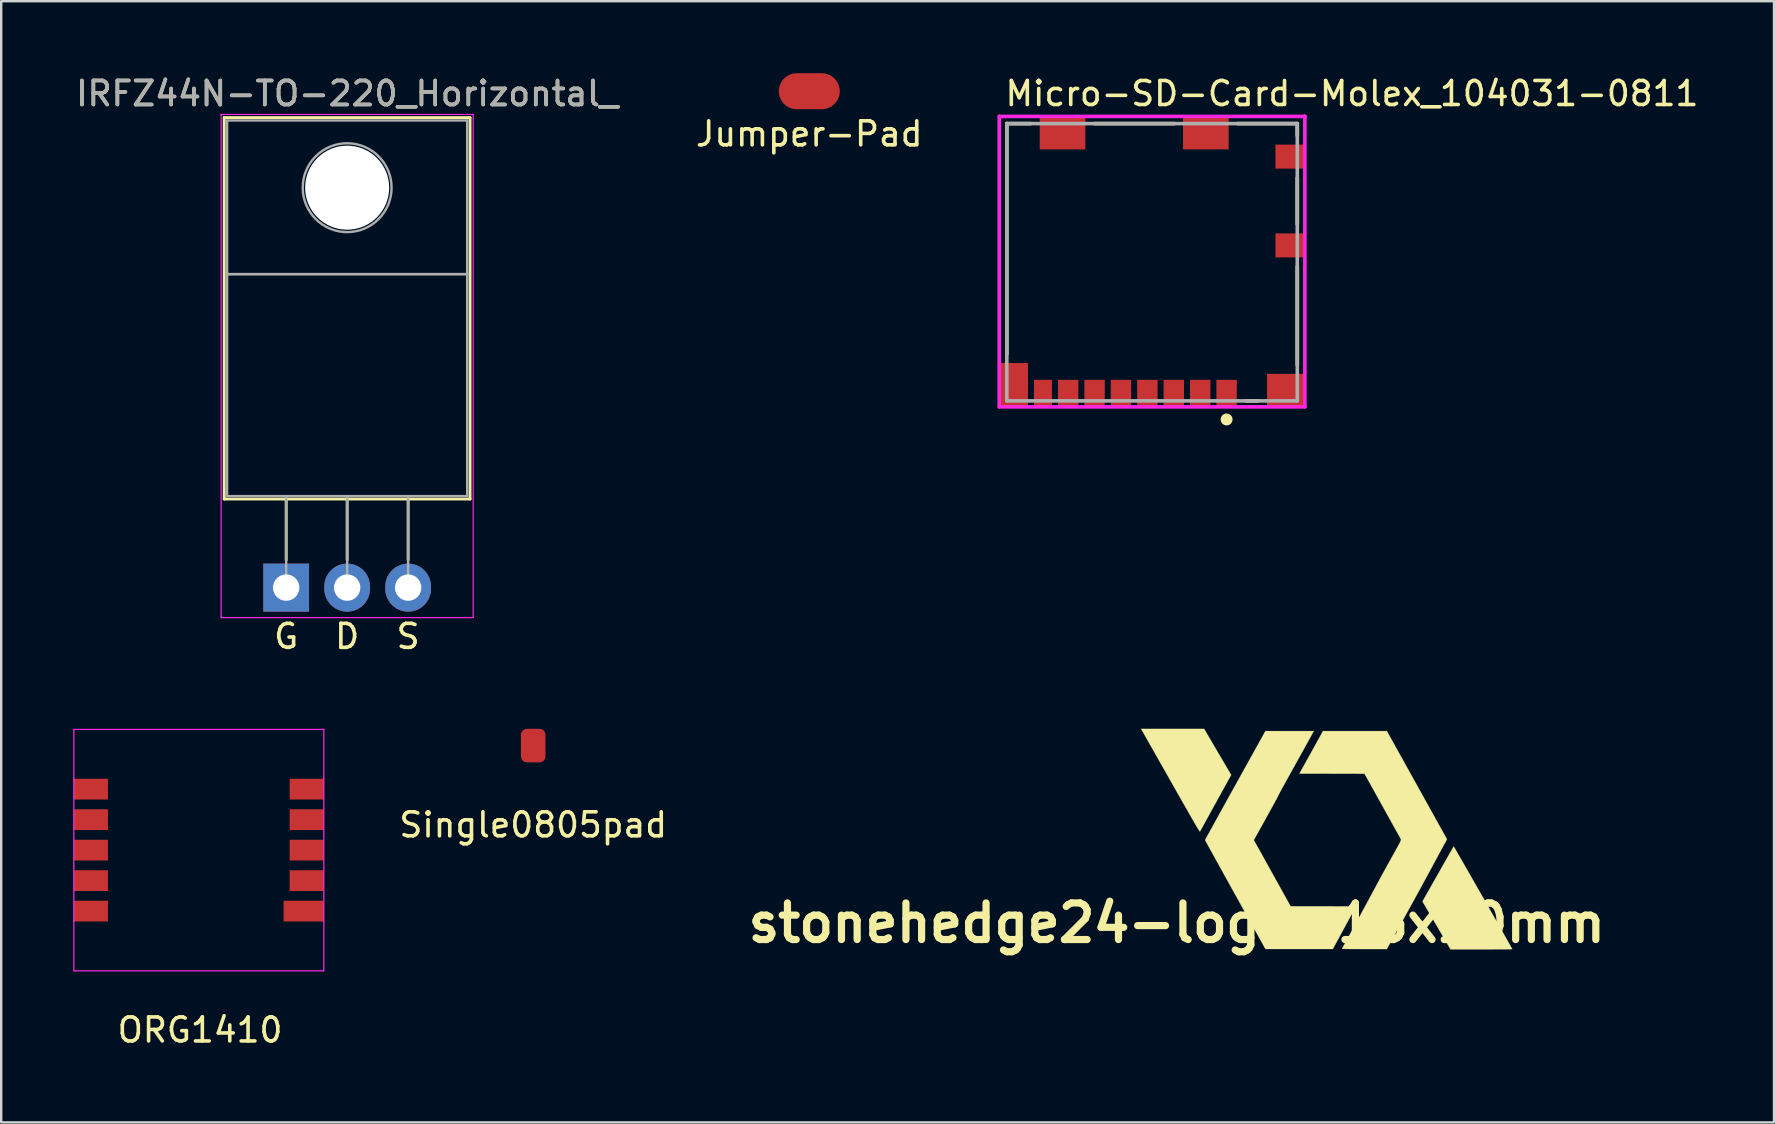
<source format=kicad_pcb>
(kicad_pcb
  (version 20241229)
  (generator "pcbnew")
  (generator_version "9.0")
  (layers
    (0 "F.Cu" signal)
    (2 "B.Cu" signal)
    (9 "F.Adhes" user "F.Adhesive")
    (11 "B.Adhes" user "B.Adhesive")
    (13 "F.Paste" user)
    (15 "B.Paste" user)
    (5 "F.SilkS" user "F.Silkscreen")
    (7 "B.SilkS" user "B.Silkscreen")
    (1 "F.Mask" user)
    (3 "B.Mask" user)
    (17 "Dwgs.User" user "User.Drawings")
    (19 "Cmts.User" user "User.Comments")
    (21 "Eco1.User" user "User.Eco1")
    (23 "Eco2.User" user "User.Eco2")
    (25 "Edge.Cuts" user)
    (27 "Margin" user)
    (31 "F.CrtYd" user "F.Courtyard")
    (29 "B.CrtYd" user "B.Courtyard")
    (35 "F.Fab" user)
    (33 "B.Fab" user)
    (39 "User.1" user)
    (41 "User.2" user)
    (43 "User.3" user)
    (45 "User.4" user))
  (footprint "ORG1410"
    (layer "F.Cu")
    (at 6.375 37.875)
    (property "Reference" "ORG1410" (at -1.092 1.981 0) (layer "F.SilkS") (effects (font (size 1 1) (thickness 0.15))))
    (attr smd)
    (fp_line (start -6.35 -8.484) (end -6.35 -10.541) (stroke (width 0.051) (type solid)) (layer "F.CrtYd"))
    (fp_line (start -6.35 -2.54) (end -6.35 -8.484) (stroke (width 0.051) (type solid)) (layer "F.CrtYd"))
    (fp_line (start -6.35 -0.483) (end -6.35 -2.54) (stroke (width 0.051) (type solid)) (layer "F.CrtYd"))
    (fp_line (start -6.35 -0.483) (end 4.064 -0.483) (stroke (width 0.051) (type solid)) (layer "F.CrtYd"))
    (fp_line (start 4.064 -10.541) (end -6.35 -10.541) (stroke (width 0.051) (type solid)) (layer "F.CrtYd"))
    (fp_line (start 4.064 -8.484) (end 4.064 -10.541) (stroke (width 0.051) (type solid)) (layer "F.CrtYd"))
    (fp_line (start 4.064 -2.54) (end 4.064 -8.484) (stroke (width 0.051) (type solid)) (layer "F.CrtYd"))
    (fp_line (start 4.064 -0.483) (end 4.064 -2.54) (stroke (width 0.051) (type solid)) (layer "F.CrtYd"))
    (pad "1" smd rect (at 3.226 -2.972) (size 1.676 0.864) (layers "F.Cu" "F.Mask" "F.Paste"))
    (pad "2" smd rect (at 3.353 -4.242) (size 1.422 0.864) (layers "F.Cu" "F.Mask" "F.Paste"))
    (pad "3" smd rect (at 3.353 -5.512) (size 1.422 0.864) (layers "F.Cu" "F.Mask" "F.Paste"))
    (pad "4" smd rect (at 3.353 -6.782) (size 1.422 0.864) (layers "F.Cu" "F.Mask" "F.Paste"))
    (pad "5" smd rect (at 3.353 -8.052) (size 1.422 0.864) (layers "F.Cu" "F.Mask" "F.Paste"))
    (pad "6" smd rect (at -5.639 -8.052) (size 1.422 0.864) (layers "F.Cu" "F.Mask" "F.Paste"))
    (pad "7" smd rect (at -5.639 -6.782) (size 1.422 0.864) (layers "F.Cu" "F.Mask" "F.Paste"))
    (pad "8" smd rect (at -5.639 -5.512) (size 1.422 0.864) (layers "F.Cu" "F.Mask" "F.Paste"))
    (pad "9" smd rect (at -5.639 -4.242) (size 1.422 0.864) (layers "F.Cu" "F.Mask" "F.Paste"))
    (pad "10" smd rect (at -5.639 -2.972) (size 1.422 0.864) (layers "F.Cu" "F.Mask" "F.Paste")))
  (footprint "IRFZ44N-TO-220_Horizontal_"
    (layer "F.Cu")
    (at 8.871 21.428)
    (property "Reference" "IRFZ44N-TO-220_Horizontal_" (at 2.54 -20.58 0) (layer "F.SilkS") (effects (font (size 1 1) (thickness 0.15))))
    (attr through_hole)
    (fp_line (start -2.58 -19.58) (end -2.58 -3.69) (stroke (width 0.12) (type solid)) (layer "F.SilkS"))
    (fp_line (start -2.58 -19.58) (end 7.66 -19.58) (stroke (width 0.12) (type solid)) (layer "F.SilkS"))
    (fp_line (start -2.58 -3.69) (end 7.66 -3.69) (stroke (width 0.12) (type solid)) (layer "F.SilkS"))
    (fp_line (start 0 -3.69) (end 0 -1.15) (stroke (width 0.12) (type solid)) (layer "F.SilkS"))
    (fp_line (start 2.54 -3.69) (end 2.54 -1.15) (stroke (width 0.12) (type solid)) (layer "F.SilkS"))
    (fp_line (start 5.08 -3.69) (end 5.08 -1.15) (stroke (width 0.12) (type solid)) (layer "F.SilkS"))
    (fp_line (start 7.66 -19.58) (end 7.66 -3.69) (stroke (width 0.12) (type solid)) (layer "F.SilkS"))
    (fp_line (start -2.71 -19.71) (end -2.71 1.25) (stroke (width 0.05) (type solid)) (layer "F.CrtYd"))
    (fp_line (start -2.71 1.25) (end 7.79 1.25) (stroke (width 0.05) (type solid)) (layer "F.CrtYd"))
    (fp_line (start 7.79 -19.71) (end -2.71 -19.71) (stroke (width 0.05) (type solid)) (layer "F.CrtYd"))
    (fp_line (start 7.79 1.25) (end 7.79 -19.71) (stroke (width 0.05) (type solid)) (layer "F.CrtYd"))
    (fp_line (start -2.46 -19.46) (end 7.54 -19.46) (stroke (width 0.1) (type solid)) (layer "F.Fab"))
    (fp_line (start -2.46 -13.06) (end -2.46 -19.46) (stroke (width 0.1) (type solid)) (layer "F.Fab"))
    (fp_line (start -2.46 -13.06) (end 7.54 -13.06) (stroke (width 0.1) (type solid)) (layer "F.Fab"))
    (fp_line (start -2.46 -3.81) (end -2.46 -13.06) (stroke (width 0.1) (type solid)) (layer "F.Fab"))
    (fp_line (start 0 -3.81) (end 0 0) (stroke (width 0.1) (type solid)) (layer "F.Fab"))
    (fp_line (start 2.54 -3.81) (end 2.54 0) (stroke (width 0.1) (type solid)) (layer "F.Fab"))
    (fp_line (start 5.08 -3.81) (end 5.08 0) (stroke (width 0.1) (type solid)) (layer "F.Fab"))
    (fp_line (start 7.54 -19.46) (end 7.54 -13.06) (stroke (width 0.1) (type solid)) (layer "F.Fab"))
    (fp_line (start 7.54 -13.06) (end -2.46 -13.06) (stroke (width 0.1) (type solid)) (layer "F.Fab"))
    (fp_line (start 7.54 -13.06) (end 7.54 -3.81) (stroke (width 0.1) (type solid)) (layer "F.Fab"))
    (fp_line (start 7.54 -3.81) (end -2.46 -3.81) (stroke (width 0.1) (type solid)) (layer "F.Fab"))
    (fp_circle (center 2.54 -16.66) (end 4.39 -16.66) (stroke (width 0.1) (type solid)) (fill no) (layer "F.Fab"))
    (fp_text user "D" (at 2.54 2.032 0) (layer "F.SilkS") (effects (font (size 1 1) (thickness 0.15))))
    (fp_text user "G" (at 0 2.032 0) (layer "F.SilkS") (effects (font (size 1 1) (thickness 0.15))))
    (fp_text user "S" (at 5.08 2.032 0) (layer "F.SilkS") (effects (font (size 1 1) (thickness 0.15))))
    (fp_text user "${REFERENCE}" (at 2.54 -20.58 0) (layer "F.Fab") (effects (font (size 1 1) (thickness 0.15))))
    (pad "" np_thru_hole oval (at 2.54 -16.66) (size 3.5 3.5) (drill 3.5) (layers "*.Cu" "*.Mask"))
    (pad "1" thru_hole rect (at 0 0) (size 1.905 2) (drill 1.1) (layers "*.Cu" "*.Mask"))
    (pad "2" thru_hole oval (at 2.54 0) (size 1.905 2) (drill 1.1) (layers "*.Cu" "*.Mask"))
    (pad "3" thru_hole oval (at 5.08 0) (size 1.905 2) (drill 1.1) (layers "*.Cu" "*.Mask")))
  (footprint "Micro-SD-Card-Molex_104031-0811"
    (layer "F.Cu")
    (at 44.94 7.873)
    (property "Reference" "Micro-SD-Card-Molex_104031-0811" (at -6.2 -7.025 0) (layer "F.SilkS") (effects (font (size 1 1) (thickness 0.15)) (justify left)))
    (attr through_hole)
    (fp_line (start -6.05 -5.775) (end -5.055 -5.775) (stroke (width 0.15) (type solid)) (layer "F.SilkS"))
    (fp_line (start -6.05 3.825) (end -6.05 -5.775) (stroke (width 0.15) (type solid)) (layer "F.SilkS"))
    (fp_line (start -2.405 -5.775) (end 0.915 -5.775) (stroke (width 0.15) (type solid)) (layer "F.SilkS"))
    (fp_line (start 3.565 -5.775) (end 6.05 -5.775) (stroke (width 0.15) (type solid)) (layer "F.SilkS"))
    (fp_line (start 3.905 5.775) (end 4.415 5.775) (stroke (width 0.15) (type solid)) (layer "F.SilkS"))
    (fp_line (start 6.05 -5.275) (end 6.05 -5.775) (stroke (width 0.15) (type solid)) (layer "F.SilkS"))
    (fp_line (start 6.05 -1.575) (end 6.05 -3.525) (stroke (width 0.15) (type solid)) (layer "F.SilkS"))
    (fp_line (start 6.05 4.275) (end 6.05 0.175) (stroke (width 0.15) (type solid)) (layer "F.SilkS"))
    (fp_circle (center 3.105 6.55) (end 3.23 6.55) (stroke (width 0.25) (type solid)) (fill no) (layer "F.SilkS"))
    (fp_line (start -6.365 -6.075) (end -6.365 6.025) (stroke (width 0.15) (type solid)) (layer "F.CrtYd"))
    (fp_line (start -6.365 6.025) (end 6.365 6.025) (stroke (width 0.15) (type solid)) (layer "F.CrtYd"))
    (fp_line (start 6.365 -6.075) (end -6.365 -6.075) (stroke (width 0.15) (type solid)) (layer "F.CrtYd"))
    (fp_line (start 6.365 -6.075) (end 6.365 -6.075) (stroke (width 0.15) (type solid)) (layer "F.CrtYd"))
    (fp_line (start 6.365 6.025) (end 6.365 -6.075) (stroke (width 0.15) (type solid)) (layer "F.CrtYd"))
    (fp_line (start -6.05 -5.775) (end 6.05 -5.775) (stroke (width 0.15) (type solid)) (layer "F.Fab"))
    (fp_line (start -6.05 5.775) (end -6.05 -5.775) (stroke (width 0.15) (type solid)) (layer "F.Fab"))
    (fp_line (start 6.05 -5.775) (end 6.05 5.775) (stroke (width 0.15) (type solid)) (layer "F.Fab"))
    (fp_line (start 6.05 5.775) (end -6.05 5.775) (stroke (width 0.15) (type solid)) (layer "F.Fab"))
    (pad "1" smd rect (at 5.74 -4.4) (size 1.2 1) (layers "F.Cu" "F.Mask" "F.Paste"))
    (pad "2" smd rect (at 5.74 -0.7) (size 1.2 1) (layers "F.Cu" "F.Mask" "F.Paste"))
    (pad "G1" smd rect (at 5.565 5.325) (size 1.55 1.35) (layers "F.Cu" "F.Mask" "F.Paste"))
    (pad "G2" smd rect (at -5.755 5.1) (size 1.17 1.8) (layers "F.Cu" "F.Mask" "F.Paste"))
    (pad "G3" smd rect (at -3.73 -5.375) (size 1.9 1.35) (layers "F.Cu" "F.Mask" "F.Paste"))
    (pad "G4" smd rect (at 2.24 -5.375) (size 1.9 1.35) (layers "F.Cu" "F.Mask" "F.Paste"))
    (pad "T1" smd rect (at 3.105 5.45) (size 0.85 1.1) (layers "F.Cu" "F.Mask" "F.Paste"))
    (pad "T2" smd rect (at 2.005 5.45) (size 0.85 1.1) (layers "F.Cu" "F.Mask" "F.Paste"))
    (pad "T3" smd rect (at 0.905 5.45) (size 0.85 1.1) (layers "F.Cu" "F.Mask" "F.Paste"))
    (pad "T4" smd rect (at -0.195 5.45) (size 0.85 1.1) (layers "F.Cu" "F.Mask" "F.Paste"))
    (pad "T5" smd rect (at -1.295 5.45) (size 0.85 1.1) (layers "F.Cu" "F.Mask" "F.Paste"))
    (pad "T6" smd rect (at -2.395 5.45) (size 0.85 1.1) (layers "F.Cu" "F.Mask" "F.Paste"))
    (pad "T7" smd rect (at -3.495 5.45) (size 0.85 1.1) (layers "F.Cu" "F.Mask" "F.Paste"))
    (pad "T8" smd rect (at -4.545 5.45) (size 0.75 1.1) (layers "F.Cu" "F.Mask" "F.Paste")))
  (footprint "stonehedge24-logo-16x10mm"
    (layer "F.Cu")
    (at 52.222 31.898)
    (property "Reference" "stonehedge24-logo-16x10mm" (at -6.25 3.5 0) (layer "F.SilkS") (effects (font (size 1.524 1.524) (thickness 0.3))))
    (attr through_hole)
    (fp_poly (pts (xy -5.112 -4.583) (xy -4.55 -3.625) (xy -3.987 -2.667) (xy -4.494 -1.75) (xy -4.575 -1.601) (xy -4.656 -1.454) (xy -4.736 -1.311) (xy -4.812 -1.173) (xy -4.883 -1.043) (xy -4.949 -0.923) (xy -5.008 -0.816) (xy -5.059 -0.723) (xy -5.1 -0.648) (xy -5.131 -0.592) (xy -5.136 -0.582) (xy -5.176 -0.509) (xy -5.213 -0.442) (xy -5.245 -0.386) (xy -5.269 -0.343) (xy -5.284 -0.317) (xy -5.287 -0.312) (xy -5.291 -0.312) (xy -5.297 -0.318) (xy -5.307 -0.331) (xy -5.321 -0.351) (xy -5.34 -0.38) (xy -5.364 -0.418) (xy -5.393 -0.467) (xy -5.429 -0.527) (xy -5.471 -0.598) (xy -5.52 -0.683) (xy -5.576 -0.781) (xy -5.641 -0.893) (xy -5.715 -1.021) (xy -5.797 -1.166) (xy -5.889 -1.327) (xy -5.991 -1.506) (xy -6.104 -1.704) (xy -6.228 -1.922) (xy -6.363 -2.161) (xy -6.486 -2.378) (xy -6.607 -2.592) (xy -6.725 -2.8) (xy -6.84 -3.002) (xy -6.95 -3.196) (xy -7.055 -3.382) (xy -7.155 -3.558) (xy -7.248 -3.722) (xy -7.335 -3.875) (xy -7.414 -4.014) (xy -7.485 -4.139) (xy -7.547 -4.249) (xy -7.599 -4.342) (xy -7.642 -4.417) (xy -7.674 -4.473) (xy -7.694 -4.51) (xy -7.703 -4.524) (xy -7.736 -4.585) (xy -5.112 -4.583)) (stroke (width 0.01) (type solid)) (fill yes) (layer "F.SilkS"))
    (fp_poly (pts (xy 5.289 0.324) (xy 5.308 0.355) (xy 5.338 0.405) (xy 5.378 0.474) (xy 5.427 0.56) (xy 5.486 0.661) (xy 5.552 0.776) (xy 5.626 0.905) (xy 5.706 1.045) (xy 5.793 1.196) (xy 5.884 1.356) (xy 5.981 1.524) (xy 6.08 1.698) (xy 6.183 1.878) (xy 6.288 2.061) (xy 6.394 2.247) (xy 6.501 2.435) (xy 6.608 2.623) (xy 6.715 2.81) (xy 6.819 2.994) (xy 6.922 3.174) (xy 7.022 3.349) (xy 7.118 3.518) (xy 7.209 3.679) (xy 7.296 3.832) (xy 7.376 3.974) (xy 7.45 4.104) (xy 7.517 4.222) (xy 7.575 4.326) (xy 7.625 4.414) (xy 7.665 4.485) (xy 7.694 4.539) (xy 7.713 4.573) (xy 7.719 4.586) (xy 7.708 4.588) (xy 7.672 4.589) (xy 7.613 4.591) (xy 7.533 4.592) (xy 7.432 4.594) (xy 7.313 4.595) (xy 7.175 4.596) (xy 7.022 4.596) (xy 6.853 4.597) (xy 6.67 4.597) (xy 6.475 4.597) (xy 6.436 4.597) (xy 5.148 4.597) (xy 5.134 4.567) (xy 5.126 4.553) (xy 5.107 4.52) (xy 5.077 4.468) (xy 5.037 4.4) (xy 4.989 4.318) (xy 4.934 4.224) (xy 4.873 4.119) (xy 4.807 4.006) (xy 4.737 3.887) (xy 4.665 3.763) (xy 4.59 3.637) (xy 4.516 3.51) (xy 4.442 3.384) (xy 4.37 3.261) (xy 4.301 3.144) (xy 4.236 3.034) (xy 4.177 2.932) (xy 4.124 2.842) (xy 4.078 2.764) (xy 4.041 2.702) (xy 4.013 2.656) (xy 3.997 2.629) (xy 3.996 2.626) (xy 3.991 2.606) (xy 3.999 2.577) (xy 4.013 2.55) (xy 4.036 2.51) (xy 4.068 2.451) (xy 4.11 2.377) (xy 4.16 2.289) (xy 4.217 2.188) (xy 4.28 2.077) (xy 4.348 1.957) (xy 4.42 1.83) (xy 4.495 1.698) (xy 4.572 1.563) (xy 4.649 1.426) (xy 4.727 1.289) (xy 4.803 1.154) (xy 4.878 1.023) (xy 4.949 0.898) (xy 5.016 0.78) (xy 5.078 0.672) (xy 5.133 0.574) (xy 5.182 0.49) (xy 5.222 0.419) (xy 5.252 0.366) (xy 5.273 0.33) (xy 5.282 0.314) (xy 5.283 0.314) (xy 5.289 0.324)) (stroke (width 0.01) (type solid)) (fill yes) (layer "F.SilkS"))
    (fp_poly (pts (xy 3.75 -2.242) (xy 5.003 0.012) (xy 4.773 0.435) (xy 4.708 0.555) (xy 4.635 0.689) (xy 4.559 0.831) (xy 4.481 0.974) (xy 4.408 1.11) (xy 4.341 1.234) (xy 4.321 1.27) (xy 4.201 1.493) (xy 4.081 1.714) (xy 3.961 1.936) (xy 3.838 2.161) (xy 3.711 2.393) (xy 3.579 2.633) (xy 3.441 2.884) (xy 3.294 3.149) (xy 3.138 3.431) (xy 2.971 3.731) (xy 2.947 3.775) (xy 2.497 4.585) (xy 1.558 4.585) (xy 1.376 4.585) (xy 1.217 4.584) (xy 1.081 4.584) (xy 0.966 4.583) (xy 0.871 4.582) (xy 0.794 4.581) (xy 0.733 4.58) (xy 0.689 4.578) (xy 0.658 4.576) (xy 0.639 4.573) (xy 0.632 4.571) (xy 0.632 4.569) (xy 0.64 4.555) (xy 0.66 4.52) (xy 0.69 4.466) (xy 0.729 4.395) (xy 0.777 4.308) (xy 0.833 4.206) (xy 0.895 4.091) (xy 0.964 3.965) (xy 1.037 3.83) (xy 1.115 3.686) (xy 1.197 3.536) (xy 1.281 3.381) (xy 1.367 3.223) (xy 1.453 3.063) (xy 1.54 2.903) (xy 1.626 2.745) (xy 1.71 2.59) (xy 1.791 2.439) (xy 1.869 2.294) (xy 1.943 2.158) (xy 2.011 2.031) (xy 2.073 1.915) (xy 2.129 1.811) (xy 2.177 1.722) (xy 2.216 1.649) (xy 2.228 1.626) (xy 2.237 1.609) (xy 2.257 1.573) (xy 2.287 1.518) (xy 2.327 1.446) (xy 2.375 1.36) (xy 2.429 1.261) (xy 2.49 1.151) (xy 2.556 1.032) (xy 2.626 0.906) (xy 2.673 0.821) (xy 2.756 0.671) (xy 2.828 0.542) (xy 2.889 0.432) (xy 2.94 0.339) (xy 2.982 0.262) (xy 3.015 0.2) (xy 3.041 0.149) (xy 3.061 0.11) (xy 3.075 0.08) (xy 3.083 0.058) (xy 3.088 0.041) (xy 3.089 0.03) (xy 3.088 0.021) (xy 3.085 0.013) (xy 3.085 0.013) (xy 3.076 -0.003) (xy 3.056 -0.039) (xy 3.026 -0.095) (xy 2.985 -0.168) (xy 2.935 -0.258) (xy 2.877 -0.364) (xy 2.81 -0.483) (xy 2.737 -0.615) (xy 2.658 -0.758) (xy 2.573 -0.91) (xy 2.484 -1.071) (xy 2.391 -1.238) (xy 2.318 -1.37) (xy 1.569 -2.718) (xy 0.213 -2.721) (xy -1.142 -2.724) (xy -0.16 -4.496) (xy 1.168 -4.496) (xy 2.497 -4.496) (xy 3.75 -2.242)) (stroke (width 0.01) (type solid)) (fill yes) (layer "F.SilkS"))
    (fp_poly (pts (xy -0.56 -4.467) (xy -0.569 -4.452) (xy -0.589 -4.416) (xy -0.619 -4.362) (xy -0.658 -4.29) (xy -0.707 -4.202) (xy -0.763 -4.1) (xy -0.826 -3.986) (xy -0.895 -3.862) (xy -0.969 -3.728) (xy -1.048 -3.587) (xy -1.121 -3.454) (xy -1.207 -3.299) (xy -1.293 -3.143) (xy -1.378 -2.99) (xy -1.461 -2.84) (xy -1.54 -2.698) (xy -1.614 -2.564) (xy -1.681 -2.442) (xy -1.741 -2.334) (xy -1.792 -2.242) (xy -1.833 -2.169) (xy -1.849 -2.139) (xy -1.896 -2.054) (xy -1.938 -1.976) (xy -1.975 -1.906) (xy -2.005 -1.849) (xy -2.026 -1.808) (xy -2.037 -1.784) (xy -2.038 -1.781) (xy -2.045 -1.766) (xy -2.063 -1.731) (xy -2.092 -1.676) (xy -2.13 -1.605) (xy -2.177 -1.518) (xy -2.232 -1.418) (xy -2.293 -1.306) (xy -2.361 -1.184) (xy -2.433 -1.053) (xy -2.509 -0.916) (xy -2.543 -0.854) (xy -3.043 0.046) (xy -1.509 2.807) (xy -0.15 2.807) (xy 0.033 2.807) (xy 0.209 2.807) (xy 0.376 2.808) (xy 0.532 2.808) (xy 0.677 2.809) (xy 0.807 2.81) (xy 0.921 2.811) (xy 1.019 2.812) (xy 1.098 2.813) (xy 1.156 2.814) (xy 1.192 2.816) (xy 1.204 2.817) (xy 1.204 2.817) (xy 1.198 2.83) (xy 1.18 2.863) (xy 1.152 2.915) (xy 1.115 2.984) (xy 1.069 3.069) (xy 1.016 3.167) (xy 0.956 3.278) (xy 0.89 3.399) (xy 0.82 3.528) (xy 0.746 3.665) (xy 0.724 3.706) (xy 0.248 4.584) (xy -2.559 4.584) (xy -3.815 2.322) (xy -3.939 2.099) (xy -4.059 1.883) (xy -4.175 1.673) (xy -4.287 1.471) (xy -4.394 1.278) (xy -4.495 1.095) (xy -4.59 0.923) (xy -4.678 0.763) (xy -4.759 0.617) (xy -4.832 0.485) (xy -4.896 0.368) (xy -4.952 0.267) (xy -4.997 0.184) (xy -5.032 0.119) (xy -5.057 0.074) (xy -5.07 0.049) (xy -5.072 0.044) (xy -5.065 0.032) (xy -5.048 -0.002) (xy -5.019 -0.055) (xy -4.979 -0.128) (xy -4.929 -0.219) (xy -4.87 -0.326) (xy -4.802 -0.45) (xy -4.726 -0.588) (xy -4.642 -0.741) (xy -4.551 -0.906) (xy -4.453 -1.082) (xy -4.35 -1.27) (xy -4.24 -1.466) (xy -4.127 -1.672) (xy -4.009 -1.885) (xy -3.887 -2.104) (xy -3.815 -2.233) (xy -2.559 -4.495) (xy -1.552 -4.496) (xy -0.545 -4.496) (xy -0.56 -4.467)) (stroke (width 0.01) (type solid)) (fill yes) (layer "F.SilkS")))
  (footprint "Single0805pad"
    (layer "F.Cu")
    (at 19.161 28.009)
    (property "Reference" "Single0805pad" (at 0 3.302 0) (layer "F.SilkS") (effects (font (size 1 1) (thickness 0.15))))
    (attr smd)
    (pad "1" smd roundrect (at 0 0) (size 1.025 1.4) (layers "F.Cu" "F.Mask" "F.Paste") (roundrect_rratio 0.244)))
  (footprint "Jumper-Pad"
    (layer "F.Cu")
    (at 30.661 0.75)
    (property "Reference" "Jumper-Pad" (at 0 1.778 0) (layer "F.SilkS") (effects (font (size 1 1) (thickness 0.15))))
    (attr smd)
    (pad "1" smd oval (at 0 0 90) (size 1.5 2.54) (layers "F.Cu" "F.Mask" "F.Paste")))
  (gr_rect
    (start -3 -3)
    (end 70.847 43.704)
    (stroke (width 0.1) (type default))
    (fill no)
    (layer "Edge.Cuts")))
</source>
